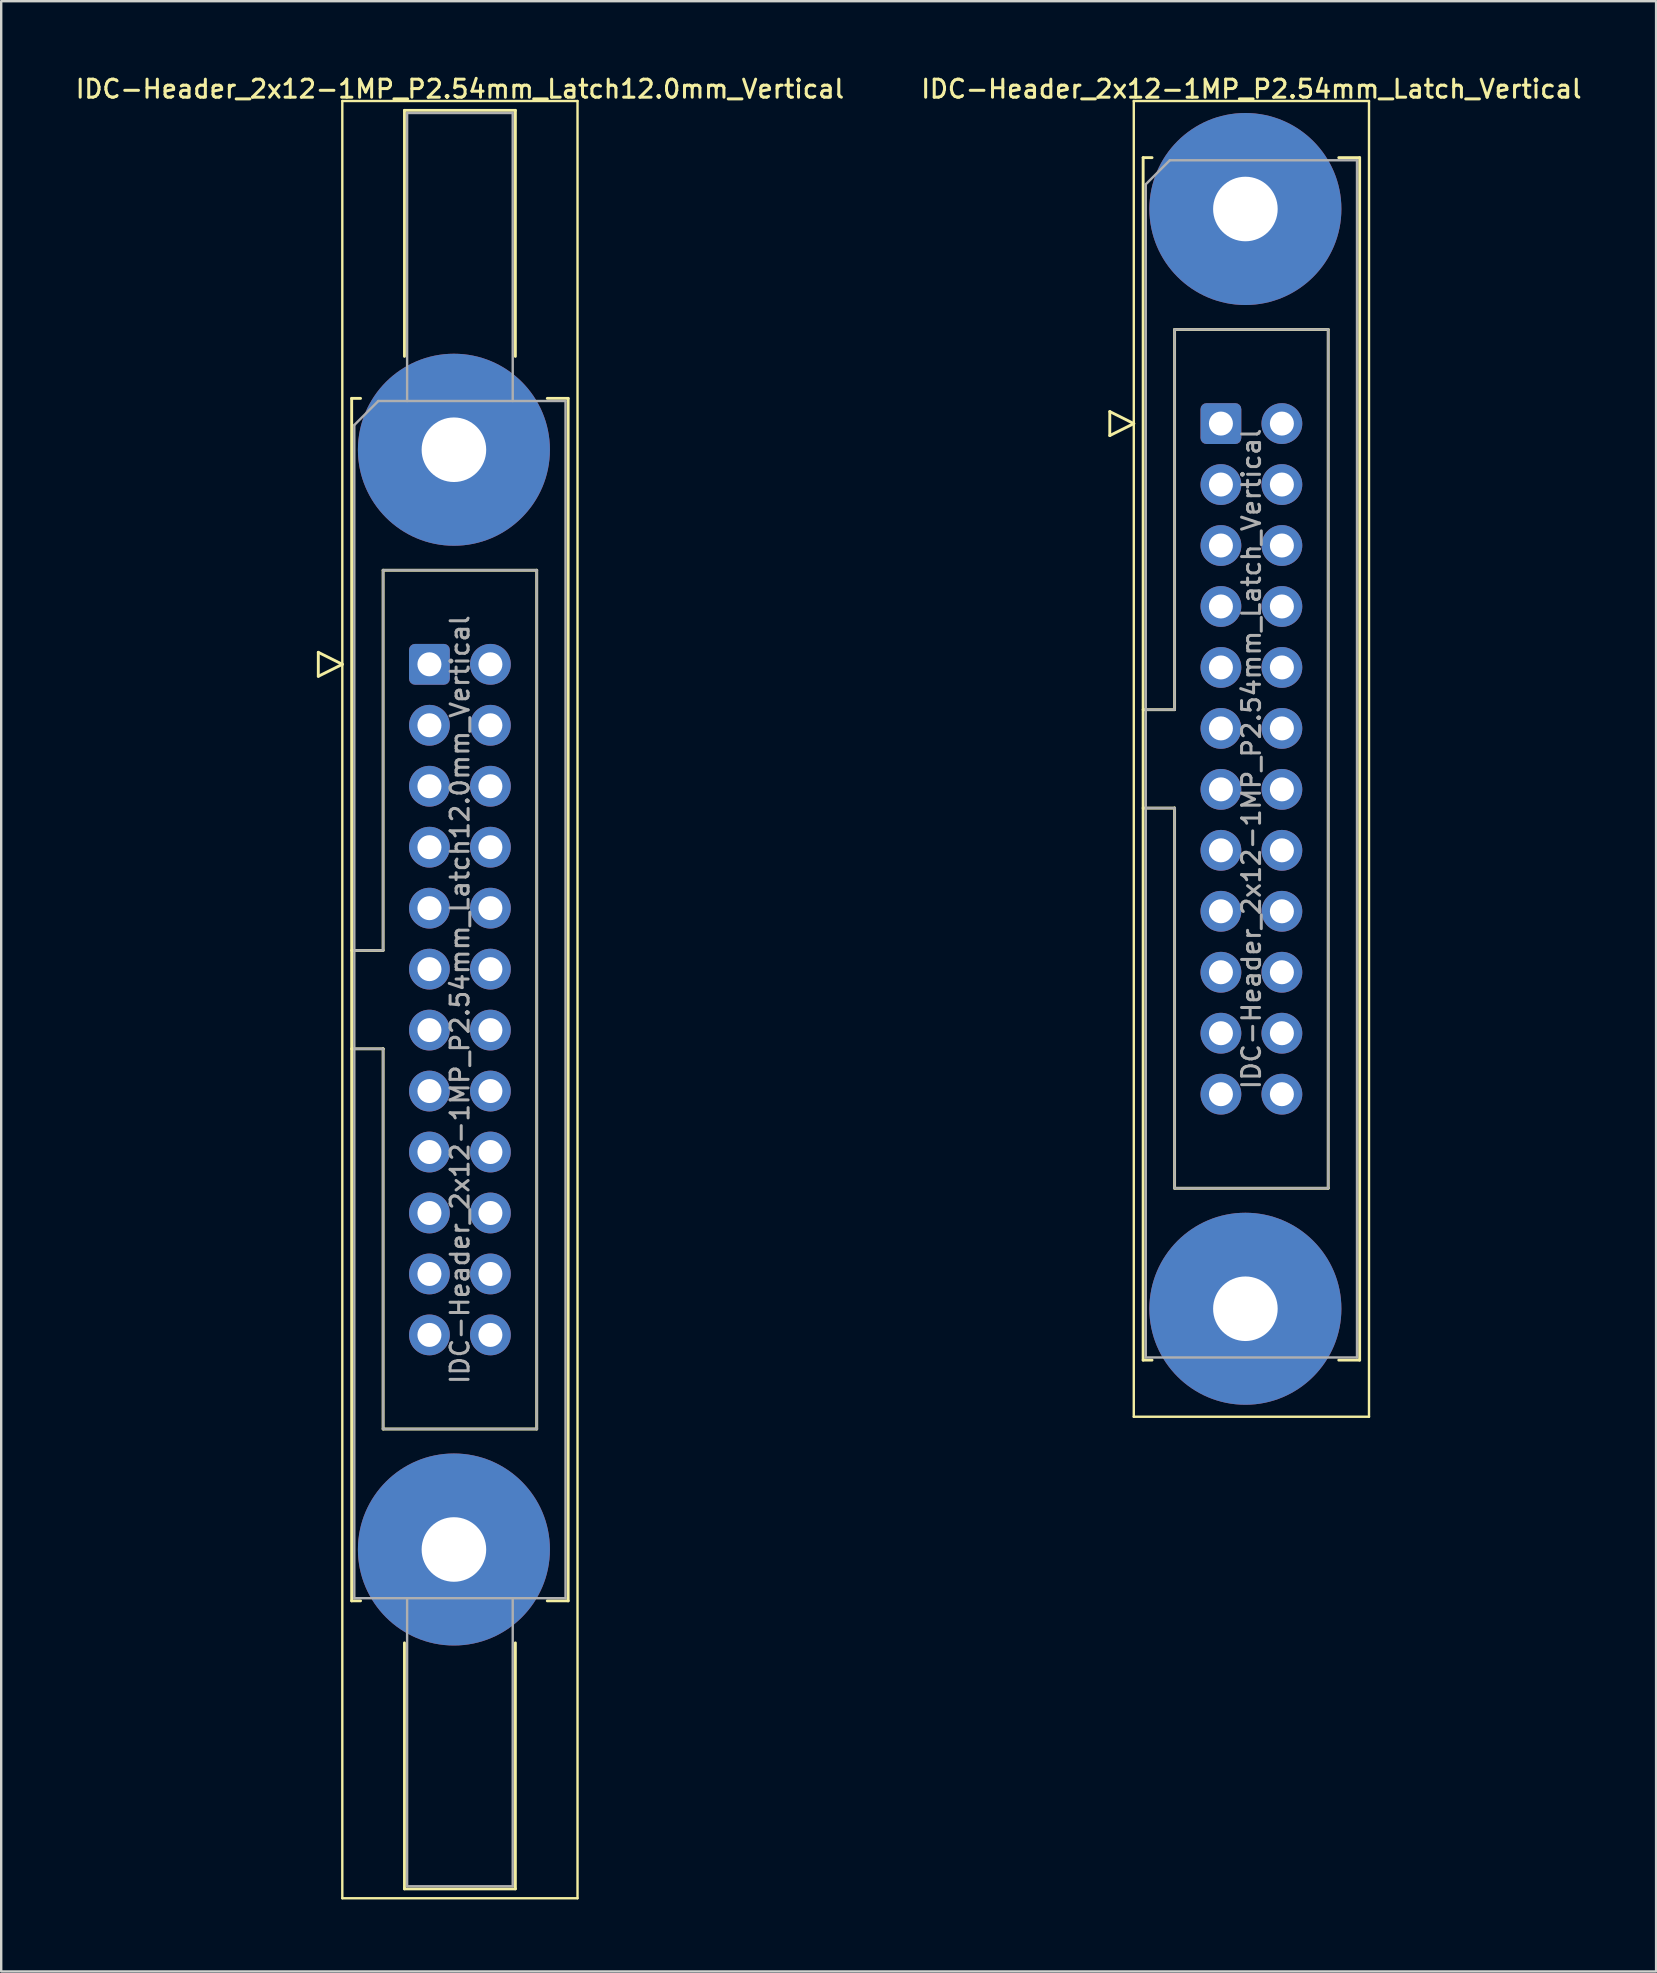
<source format=kicad_pcb>
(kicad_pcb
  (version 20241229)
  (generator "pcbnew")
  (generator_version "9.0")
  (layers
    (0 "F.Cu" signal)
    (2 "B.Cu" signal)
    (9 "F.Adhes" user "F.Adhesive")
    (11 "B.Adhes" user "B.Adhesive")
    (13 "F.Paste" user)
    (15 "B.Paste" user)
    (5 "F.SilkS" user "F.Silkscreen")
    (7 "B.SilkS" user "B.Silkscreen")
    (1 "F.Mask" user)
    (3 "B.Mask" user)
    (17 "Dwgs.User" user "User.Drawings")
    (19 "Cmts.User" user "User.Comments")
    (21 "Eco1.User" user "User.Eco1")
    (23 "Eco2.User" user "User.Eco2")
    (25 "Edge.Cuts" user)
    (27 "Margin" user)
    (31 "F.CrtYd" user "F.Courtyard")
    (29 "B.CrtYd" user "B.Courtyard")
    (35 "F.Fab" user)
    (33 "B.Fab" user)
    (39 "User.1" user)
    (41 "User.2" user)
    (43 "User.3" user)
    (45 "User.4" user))
  (footprint "IDC-Header_2x12-1MP_P2.54mm_Latch12.0mm_Vertical"
    (layer "F.Cu")
    (at 14.842 24.628)
    (property "Reference" "IDC-Header_2x12-1MP_P2.54mm_Latch12.0mm_Vertical" (at 1.27 -23.97 0) (layer "F.SilkS") (effects (font (size 0.75 0.75) (thickness 0.125))))
    (attr through_hole)
    (fp_line (start -4.63 -0.5) (end -4.63 0.5) (stroke (width 0.12) (type solid)) (layer "F.SilkS"))
    (fp_line (start -4.63 0.5) (end -3.63 0) (stroke (width 0.12) (type solid)) (layer "F.SilkS"))
    (fp_line (start -3.63 -23.47) (end -3.63 51.41) (stroke (width 0.1) (type solid)) (layer "F.SilkS"))
    (fp_line (start -3.63 0) (end -4.63 -0.5) (stroke (width 0.12) (type solid)) (layer "F.SilkS"))
    (fp_line (start -3.63 51.41) (end 6.17 51.41) (stroke (width 0.1) (type solid)) (layer "F.SilkS"))
    (fp_line (start -3.24 -11.08) (end -3.24 39.02) (stroke (width 0.12) (type solid)) (layer "F.SilkS"))
    (fp_line (start -3.24 11.92) (end -1.93 11.92) (stroke (width 0.12) (type solid)) (layer "F.SilkS"))
    (fp_line (start -3.24 39.02) (end -2.87 39.02) (stroke (width 0.12) (type solid)) (layer "F.SilkS"))
    (fp_line (start -2.87 -11.08) (end -3.24 -11.08) (stroke (width 0.12) (type solid)) (layer "F.SilkS"))
    (fp_line (start -1.93 -3.92) (end 4.47 -3.92) (stroke (width 0.12) (type solid)) (layer "F.SilkS"))
    (fp_line (start -1.93 11.92) (end -1.93 -3.92) (stroke (width 0.12) (type solid)) (layer "F.SilkS"))
    (fp_line (start -1.93 16.02) (end -3.24 16.02) (stroke (width 0.12) (type solid)) (layer "F.SilkS"))
    (fp_line (start -1.93 16.02) (end -1.93 16.02) (stroke (width 0.12) (type solid)) (layer "F.SilkS"))
    (fp_line (start -1.93 31.86) (end -1.93 16.02) (stroke (width 0.12) (type solid)) (layer "F.SilkS"))
    (fp_line (start -1.04 -23.08) (end 3.58 -23.08) (stroke (width 0.12) (type solid)) (layer "F.SilkS"))
    (fp_line (start -1.04 -12.83) (end -1.04 -23.08) (stroke (width 0.12) (type solid)) (layer "F.SilkS"))
    (fp_line (start -1.04 40.77) (end -1.04 51.02) (stroke (width 0.12) (type solid)) (layer "F.SilkS"))
    (fp_line (start -1.04 51.02) (end 3.58 51.02) (stroke (width 0.12) (type solid)) (layer "F.SilkS"))
    (fp_line (start 3.58 -23.08) (end 3.58 -12.83) (stroke (width 0.12) (type solid)) (layer "F.SilkS"))
    (fp_line (start 3.58 51.02) (end 3.58 40.77) (stroke (width 0.12) (type solid)) (layer "F.SilkS"))
    (fp_line (start 4.47 -3.92) (end 4.47 31.86) (stroke (width 0.12) (type solid)) (layer "F.SilkS"))
    (fp_line (start 4.47 31.86) (end -1.93 31.86) (stroke (width 0.12) (type solid)) (layer "F.SilkS"))
    (fp_line (start 4.91 -11.08) (end 5.78 -11.08) (stroke (width 0.12) (type solid)) (layer "F.SilkS"))
    (fp_line (start 5.78 -11.08) (end 5.78 39.02) (stroke (width 0.12) (type solid)) (layer "F.SilkS"))
    (fp_line (start 5.78 39.02) (end 4.91 39.02) (stroke (width 0.12) (type solid)) (layer "F.SilkS"))
    (fp_line (start 6.17 -23.47) (end -3.63 -23.47) (stroke (width 0.1) (type solid)) (layer "F.SilkS"))
    (fp_line (start 6.17 51.41) (end 6.17 -23.47) (stroke (width 0.1) (type solid)) (layer "F.SilkS"))
    (fp_line (start -3.13 -9.97) (end -2.13 -10.97) (stroke (width 0.1) (type solid)) (layer "F.Fab"))
    (fp_line (start -3.13 11.92) (end -1.93 11.92) (stroke (width 0.1) (type solid)) (layer "F.Fab"))
    (fp_line (start -3.13 38.91) (end -3.13 -9.97) (stroke (width 0.1) (type solid)) (layer "F.Fab"))
    (fp_line (start -2.13 -10.97) (end 5.67 -10.97) (stroke (width 0.1) (type solid)) (layer "F.Fab"))
    (fp_line (start -1.93 -3.92) (end 4.47 -3.92) (stroke (width 0.1) (type solid)) (layer "F.Fab"))
    (fp_line (start -1.93 11.92) (end -1.93 -3.92) (stroke (width 0.1) (type solid)) (layer "F.Fab"))
    (fp_line (start -1.93 16.02) (end -3.13 16.02) (stroke (width 0.1) (type solid)) (layer "F.Fab"))
    (fp_line (start -1.93 16.02) (end -1.93 16.02) (stroke (width 0.1) (type solid)) (layer "F.Fab"))
    (fp_line (start -1.93 31.86) (end -1.93 16.02) (stroke (width 0.1) (type solid)) (layer "F.Fab"))
    (fp_line (start -0.93 -22.97) (end 3.47 -22.97) (stroke (width 0.1) (type solid)) (layer "F.Fab"))
    (fp_line (start -0.93 -10.97) (end -0.93 -22.97) (stroke (width 0.1) (type solid)) (layer "F.Fab"))
    (fp_line (start -0.93 38.91) (end -0.93 50.91) (stroke (width 0.1) (type solid)) (layer "F.Fab"))
    (fp_line (start -0.93 50.91) (end 3.47 50.91) (stroke (width 0.1) (type solid)) (layer "F.Fab"))
    (fp_line (start 3.47 -22.97) (end 3.47 -10.97) (stroke (width 0.1) (type solid)) (layer "F.Fab"))
    (fp_line (start 3.47 50.91) (end 3.47 38.91) (stroke (width 0.1) (type solid)) (layer "F.Fab"))
    (fp_line (start 4.47 -3.92) (end 4.47 31.86) (stroke (width 0.1) (type solid)) (layer "F.Fab"))
    (fp_line (start 4.47 31.86) (end -1.93 31.86) (stroke (width 0.1) (type solid)) (layer "F.Fab"))
    (fp_line (start 5.67 -10.97) (end 5.67 38.91) (stroke (width 0.1) (type solid)) (layer "F.Fab"))
    (fp_line (start 5.67 38.91) (end -3.13 38.91) (stroke (width 0.1) (type solid)) (layer "F.Fab"))
    (fp_text user "${REFERENCE}" (at 1.27 13.97 90) (layer "F.Fab") (effects (font (size 0.75 0.75) (thickness 0.125))))
    (pad "1" thru_hole roundrect (at 0 0) (size 1.7 1.7) (drill 1) (layers "*.Cu" "*.Mask") (roundrect_rratio 0.147))
    (pad "2" thru_hole circle (at 2.54 0) (size 1.7 1.7) (drill 1) (layers "*.Cu" "*.Mask"))
    (pad "3" thru_hole circle (at 0 2.54) (size 1.7 1.7) (drill 1) (layers "*.Cu" "*.Mask"))
    (pad "4" thru_hole circle (at 2.54 2.54) (size 1.7 1.7) (drill 1) (layers "*.Cu" "*.Mask"))
    (pad "5" thru_hole circle (at 0 5.08) (size 1.7 1.7) (drill 1) (layers "*.Cu" "*.Mask"))
    (pad "6" thru_hole circle (at 2.54 5.08) (size 1.7 1.7) (drill 1) (layers "*.Cu" "*.Mask"))
    (pad "7" thru_hole circle (at 0 7.62) (size 1.7 1.7) (drill 1) (layers "*.Cu" "*.Mask"))
    (pad "8" thru_hole circle (at 2.54 7.62) (size 1.7 1.7) (drill 1) (layers "*.Cu" "*.Mask"))
    (pad "9" thru_hole circle (at 0 10.16) (size 1.7 1.7) (drill 1) (layers "*.Cu" "*.Mask"))
    (pad "10" thru_hole circle (at 2.54 10.16) (size 1.7 1.7) (drill 1) (layers "*.Cu" "*.Mask"))
    (pad "11" thru_hole circle (at 0 12.7) (size 1.7 1.7) (drill 1) (layers "*.Cu" "*.Mask"))
    (pad "12" thru_hole circle (at 2.54 12.7) (size 1.7 1.7) (drill 1) (layers "*.Cu" "*.Mask"))
    (pad "13" thru_hole circle (at 0 15.24) (size 1.7 1.7) (drill 1) (layers "*.Cu" "*.Mask"))
    (pad "14" thru_hole circle (at 2.54 15.24) (size 1.7 1.7) (drill 1) (layers "*.Cu" "*.Mask"))
    (pad "15" thru_hole circle (at 0 17.78) (size 1.7 1.7) (drill 1) (layers "*.Cu" "*.Mask"))
    (pad "16" thru_hole circle (at 2.54 17.78) (size 1.7 1.7) (drill 1) (layers "*.Cu" "*.Mask"))
    (pad "17" thru_hole circle (at 0 20.32) (size 1.7 1.7) (drill 1) (layers "*.Cu" "*.Mask"))
    (pad "18" thru_hole circle (at 2.54 20.32) (size 1.7 1.7) (drill 1) (layers "*.Cu" "*.Mask"))
    (pad "19" thru_hole circle (at 0 22.86) (size 1.7 1.7) (drill 1) (layers "*.Cu" "*.Mask"))
    (pad "20" thru_hole circle (at 2.54 22.86) (size 1.7 1.7) (drill 1) (layers "*.Cu" "*.Mask"))
    (pad "21" thru_hole circle (at 0 25.4) (size 1.7 1.7) (drill 1) (layers "*.Cu" "*.Mask"))
    (pad "22" thru_hole circle (at 2.54 25.4) (size 1.7 1.7) (drill 1) (layers "*.Cu" "*.Mask"))
    (pad "23" thru_hole circle (at 0 27.94) (size 1.7 1.7) (drill 1) (layers "*.Cu" "*.Mask"))
    (pad "24" thru_hole circle (at 2.54 27.94) (size 1.7 1.7) (drill 1) (layers "*.Cu" "*.Mask"))
    (pad "MP" thru_hole circle (at 1.02 -8.94) (size 8 8) (drill 2.69) (layers "*.Cu" "*.Mask"))
    (pad "MP" thru_hole circle (at 1.02 36.88) (size 8 8) (drill 2.69) (layers "*.Cu" "*.Mask")))
  (footprint "IDC-Header_2x12-1MP_P2.54mm_Latch_Vertical"
    (layer "F.Cu")
    (at 47.818 14.598)
    (property "Reference" "IDC-Header_2x12-1MP_P2.54mm_Latch_Vertical" (at 1.27 -13.94 0) (layer "F.SilkS") (effects (font (size 0.75 0.75) (thickness 0.125))))
    (attr through_hole)
    (fp_line (start -4.63 -0.5) (end -4.63 0.5) (stroke (width 0.12) (type solid)) (layer "F.SilkS"))
    (fp_line (start -4.63 0.5) (end -3.63 0) (stroke (width 0.12) (type solid)) (layer "F.SilkS"))
    (fp_line (start -3.63 -13.44) (end -3.63 41.38) (stroke (width 0.1) (type solid)) (layer "F.SilkS"))
    (fp_line (start -3.63 0) (end -4.63 -0.5) (stroke (width 0.12) (type solid)) (layer "F.SilkS"))
    (fp_line (start -3.63 41.38) (end 6.17 41.38) (stroke (width 0.1) (type solid)) (layer "F.SilkS"))
    (fp_line (start -3.24 -11.08) (end -3.24 39.02) (stroke (width 0.12) (type solid)) (layer "F.SilkS"))
    (fp_line (start -3.24 11.92) (end -1.93 11.92) (stroke (width 0.12) (type solid)) (layer "F.SilkS"))
    (fp_line (start -3.24 39.02) (end -2.87 39.02) (stroke (width 0.12) (type solid)) (layer "F.SilkS"))
    (fp_line (start -2.87 -11.08) (end -3.24 -11.08) (stroke (width 0.12) (type solid)) (layer "F.SilkS"))
    (fp_line (start -1.93 -3.92) (end 4.47 -3.92) (stroke (width 0.12) (type solid)) (layer "F.SilkS"))
    (fp_line (start -1.93 11.92) (end -1.93 -3.92) (stroke (width 0.12) (type solid)) (layer "F.SilkS"))
    (fp_line (start -1.93 16.02) (end -3.24 16.02) (stroke (width 0.12) (type solid)) (layer "F.SilkS"))
    (fp_line (start -1.93 16.02) (end -1.93 16.02) (stroke (width 0.12) (type solid)) (layer "F.SilkS"))
    (fp_line (start -1.93 31.86) (end -1.93 16.02) (stroke (width 0.12) (type solid)) (layer "F.SilkS"))
    (fp_line (start 4.47 -3.92) (end 4.47 31.86) (stroke (width 0.12) (type solid)) (layer "F.SilkS"))
    (fp_line (start 4.47 31.86) (end -1.93 31.86) (stroke (width 0.12) (type solid)) (layer "F.SilkS"))
    (fp_line (start 4.91 -11.08) (end 5.78 -11.08) (stroke (width 0.12) (type solid)) (layer "F.SilkS"))
    (fp_line (start 5.78 -11.08) (end 5.78 39.02) (stroke (width 0.12) (type solid)) (layer "F.SilkS"))
    (fp_line (start 5.78 39.02) (end 4.91 39.02) (stroke (width 0.12) (type solid)) (layer "F.SilkS"))
    (fp_line (start 6.17 -13.44) (end -3.63 -13.44) (stroke (width 0.1) (type solid)) (layer "F.SilkS"))
    (fp_line (start 6.17 41.38) (end 6.17 -13.44) (stroke (width 0.1) (type solid)) (layer "F.SilkS"))
    (fp_line (start -3.13 -9.97) (end -2.13 -10.97) (stroke (width 0.1) (type solid)) (layer "F.Fab"))
    (fp_line (start -3.13 11.92) (end -1.93 11.92) (stroke (width 0.1) (type solid)) (layer "F.Fab"))
    (fp_line (start -3.13 38.91) (end -3.13 -9.97) (stroke (width 0.1) (type solid)) (layer "F.Fab"))
    (fp_line (start -2.13 -10.97) (end 5.67 -10.97) (stroke (width 0.1) (type solid)) (layer "F.Fab"))
    (fp_line (start -1.93 -3.92) (end 4.47 -3.92) (stroke (width 0.1) (type solid)) (layer "F.Fab"))
    (fp_line (start -1.93 11.92) (end -1.93 -3.92) (stroke (width 0.1) (type solid)) (layer "F.Fab"))
    (fp_line (start -1.93 16.02) (end -3.13 16.02) (stroke (width 0.1) (type solid)) (layer "F.Fab"))
    (fp_line (start -1.93 16.02) (end -1.93 16.02) (stroke (width 0.1) (type solid)) (layer "F.Fab"))
    (fp_line (start -1.93 31.86) (end -1.93 16.02) (stroke (width 0.1) (type solid)) (layer "F.Fab"))
    (fp_line (start 4.47 -3.92) (end 4.47 31.86) (stroke (width 0.1) (type solid)) (layer "F.Fab"))
    (fp_line (start 4.47 31.86) (end -1.93 31.86) (stroke (width 0.1) (type solid)) (layer "F.Fab"))
    (fp_line (start 5.67 -10.97) (end 5.67 38.91) (stroke (width 0.1) (type solid)) (layer "F.Fab"))
    (fp_line (start 5.67 38.91) (end -3.13 38.91) (stroke (width 0.1) (type solid)) (layer "F.Fab"))
    (fp_text user "${REFERENCE}" (at 1.27 13.97 90) (layer "F.Fab") (effects (font (size 0.75 0.75) (thickness 0.125))))
    (pad "1" thru_hole roundrect (at 0 0) (size 1.7 1.7) (drill 1) (layers "*.Cu" "*.Mask") (roundrect_rratio 0.147))
    (pad "2" thru_hole circle (at 2.54 0) (size 1.7 1.7) (drill 1) (layers "*.Cu" "*.Mask"))
    (pad "3" thru_hole circle (at 0 2.54) (size 1.7 1.7) (drill 1) (layers "*.Cu" "*.Mask"))
    (pad "4" thru_hole circle (at 2.54 2.54) (size 1.7 1.7) (drill 1) (layers "*.Cu" "*.Mask"))
    (pad "5" thru_hole circle (at 0 5.08) (size 1.7 1.7) (drill 1) (layers "*.Cu" "*.Mask"))
    (pad "6" thru_hole circle (at 2.54 5.08) (size 1.7 1.7) (drill 1) (layers "*.Cu" "*.Mask"))
    (pad "7" thru_hole circle (at 0 7.62) (size 1.7 1.7) (drill 1) (layers "*.Cu" "*.Mask"))
    (pad "8" thru_hole circle (at 2.54 7.62) (size 1.7 1.7) (drill 1) (layers "*.Cu" "*.Mask"))
    (pad "9" thru_hole circle (at 0 10.16) (size 1.7 1.7) (drill 1) (layers "*.Cu" "*.Mask"))
    (pad "10" thru_hole circle (at 2.54 10.16) (size 1.7 1.7) (drill 1) (layers "*.Cu" "*.Mask"))
    (pad "11" thru_hole circle (at 0 12.7) (size 1.7 1.7) (drill 1) (layers "*.Cu" "*.Mask"))
    (pad "12" thru_hole circle (at 2.54 12.7) (size 1.7 1.7) (drill 1) (layers "*.Cu" "*.Mask"))
    (pad "13" thru_hole circle (at 0 15.24) (size 1.7 1.7) (drill 1) (layers "*.Cu" "*.Mask"))
    (pad "14" thru_hole circle (at 2.54 15.24) (size 1.7 1.7) (drill 1) (layers "*.Cu" "*.Mask"))
    (pad "15" thru_hole circle (at 0 17.78) (size 1.7 1.7) (drill 1) (layers "*.Cu" "*.Mask"))
    (pad "16" thru_hole circle (at 2.54 17.78) (size 1.7 1.7) (drill 1) (layers "*.Cu" "*.Mask"))
    (pad "17" thru_hole circle (at 0 20.32) (size 1.7 1.7) (drill 1) (layers "*.Cu" "*.Mask"))
    (pad "18" thru_hole circle (at 2.54 20.32) (size 1.7 1.7) (drill 1) (layers "*.Cu" "*.Mask"))
    (pad "19" thru_hole circle (at 0 22.86) (size 1.7 1.7) (drill 1) (layers "*.Cu" "*.Mask"))
    (pad "20" thru_hole circle (at 2.54 22.86) (size 1.7 1.7) (drill 1) (layers "*.Cu" "*.Mask"))
    (pad "21" thru_hole circle (at 0 25.4) (size 1.7 1.7) (drill 1) (layers "*.Cu" "*.Mask"))
    (pad "22" thru_hole circle (at 2.54 25.4) (size 1.7 1.7) (drill 1) (layers "*.Cu" "*.Mask"))
    (pad "23" thru_hole circle (at 0 27.94) (size 1.7 1.7) (drill 1) (layers "*.Cu" "*.Mask"))
    (pad "24" thru_hole circle (at 2.54 27.94) (size 1.7 1.7) (drill 1) (layers "*.Cu" "*.Mask"))
    (pad "MP" thru_hole circle (at 1.02 -8.94) (size 8 8) (drill 2.69) (layers "*.Cu" "*.Mask"))
    (pad "MP" thru_hole circle (at 1.02 36.88) (size 8 8) (drill 2.69) (layers "*.Cu" "*.Mask")))
  (gr_rect
    (start -3 -3)
    (end 65.95 79.088)
    (stroke (width 0.1) (type default))
    (fill no)
    (layer "Edge.Cuts")))
</source>
